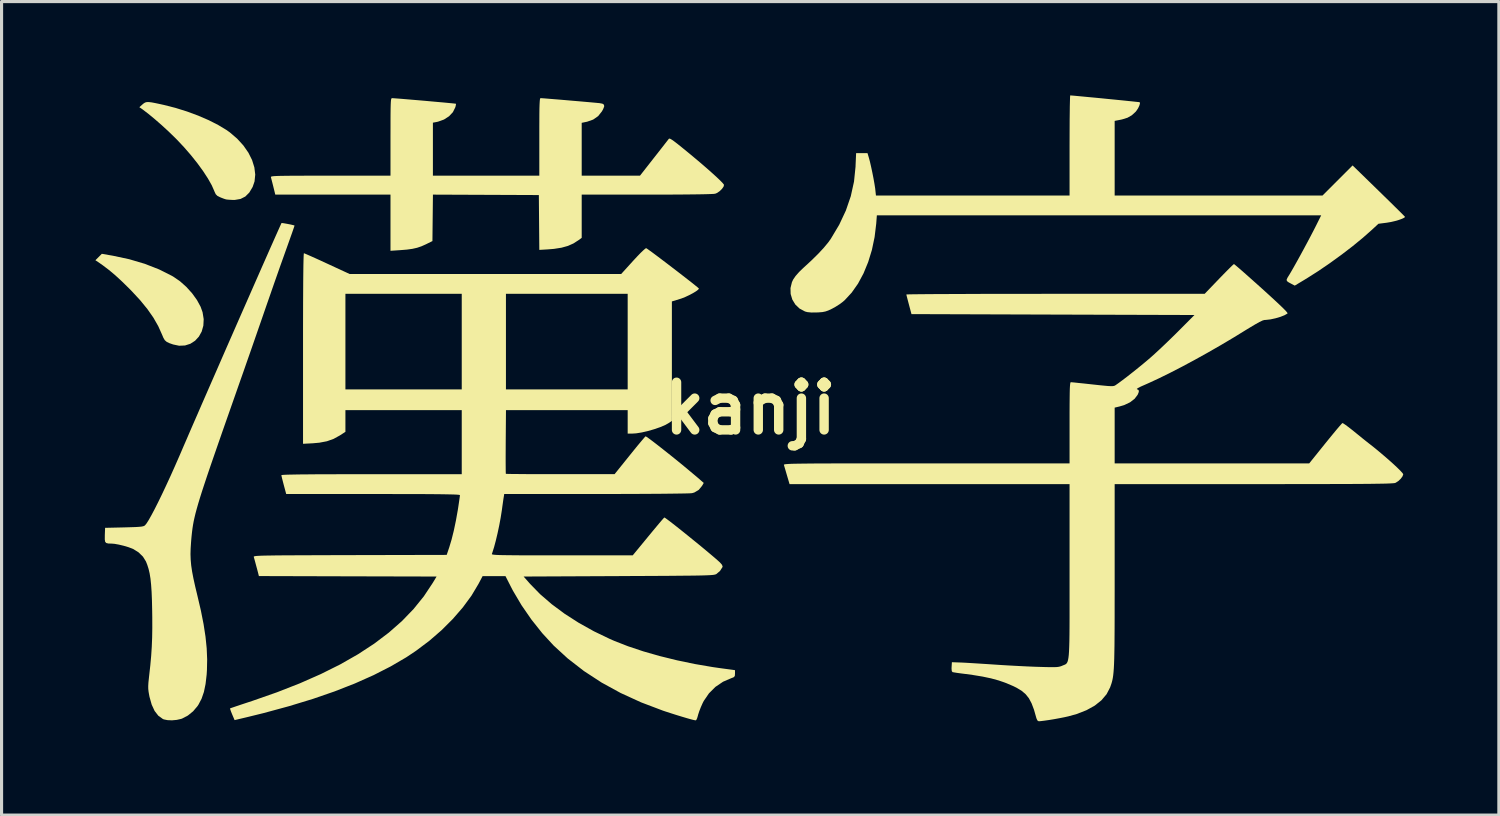
<source format=kicad_pcb>
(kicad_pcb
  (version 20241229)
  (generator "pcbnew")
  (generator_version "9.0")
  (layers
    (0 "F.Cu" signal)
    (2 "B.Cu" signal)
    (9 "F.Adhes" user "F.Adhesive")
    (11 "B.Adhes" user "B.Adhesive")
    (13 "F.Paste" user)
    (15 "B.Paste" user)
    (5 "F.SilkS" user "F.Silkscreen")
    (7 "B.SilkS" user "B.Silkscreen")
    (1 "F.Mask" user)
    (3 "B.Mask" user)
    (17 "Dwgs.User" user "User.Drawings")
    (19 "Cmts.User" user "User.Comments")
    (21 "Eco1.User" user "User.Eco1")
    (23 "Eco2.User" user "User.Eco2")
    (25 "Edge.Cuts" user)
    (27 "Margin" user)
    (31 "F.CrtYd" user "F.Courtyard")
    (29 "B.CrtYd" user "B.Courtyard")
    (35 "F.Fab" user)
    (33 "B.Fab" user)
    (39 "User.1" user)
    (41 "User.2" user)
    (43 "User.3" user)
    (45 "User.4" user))
  (footprint "kanji"
    (layer "F.Cu")
    (at 20.938 10.005)
    (property "Reference" "kanji" (at 0 0 0) (layer "F.SilkS") (effects (font (size 1.524 1.524) (thickness 0.3))))
    (attr board_only exclude_from_pos_files exclude_from_bom)
    (fp_poly (pts (xy -20.377 -4.879) (xy -19.854 -4.767) (xy -19.36 -4.621) (xy -18.902 -4.442) (xy -18.488 -4.234) (xy -18.444 -4.208) (xy -18.231 -4.061) (xy -18.029 -3.881) (xy -17.846 -3.678) (xy -17.691 -3.463) (xy -17.574 -3.247) (xy -17.512 -3.074) (xy -17.476 -2.852) (xy -17.487 -2.643) (xy -17.54 -2.455) (xy -17.63 -2.293) (xy -17.752 -2.161) (xy -17.901 -2.065) (xy -18.073 -2.01) (xy -18.262 -2.002) (xy -18.452 -2.042) (xy -18.578 -2.086) (xy -18.662 -2.128) (xy -18.72 -2.18) (xy -18.764 -2.254) (xy -18.807 -2.356) (xy -18.93 -2.63) (xy -19.085 -2.901) (xy -19.276 -3.174) (xy -19.508 -3.458) (xy -19.786 -3.758) (xy -19.864 -3.837) (xy -20.099 -4.067) (xy -20.31 -4.261) (xy -20.508 -4.426) (xy -20.703 -4.574) (xy -20.797 -4.64) (xy -20.938 -4.735) (xy -20.835 -4.838) (xy -20.732 -4.941)) (stroke (width 0) (type solid)) (fill yes) (layer "F.SilkS"))
    (fp_poly (pts (xy -19.137 -9.781) (xy -19.011 -9.757) (xy -18.842 -9.721) (xy -18.744 -9.699) (xy -18.375 -9.605) (xy -18.008 -9.49) (xy -17.651 -9.358) (xy -17.316 -9.213) (xy -17.013 -9.059) (xy -16.752 -8.902) (xy -16.642 -8.824) (xy -16.406 -8.622) (xy -16.207 -8.404) (xy -16.047 -8.174) (xy -15.929 -7.938) (xy -15.856 -7.703) (xy -15.828 -7.474) (xy -15.85 -7.255) (xy -15.911 -7.078) (xy -16.018 -6.899) (xy -16.145 -6.772) (xy -16.297 -6.695) (xy -16.478 -6.664) (xy -16.541 -6.663) (xy -16.643 -6.668) (xy -16.729 -6.675) (xy -16.765 -6.681) (xy -16.826 -6.7) (xy -16.912 -6.733) (xy -16.955 -6.751) (xy -17.039 -6.794) (xy -17.091 -6.846) (xy -17.13 -6.928) (xy -17.136 -6.945) (xy -17.219 -7.133) (xy -17.341 -7.349) (xy -17.496 -7.587) (xy -17.679 -7.838) (xy -17.885 -8.096) (xy -18.108 -8.353) (xy -18.342 -8.601) (xy -18.391 -8.65) (xy -18.602 -8.855) (xy -18.821 -9.056) (xy -19.037 -9.244) (xy -19.239 -9.411) (xy -19.416 -9.547) (xy -19.461 -9.579) (xy -19.533 -9.628) (xy -19.432 -9.718) (xy -19.388 -9.754) (xy -19.346 -9.778) (xy -19.296 -9.791) (xy -19.229 -9.792)) (stroke (width 0) (type solid)) (fill yes) (layer "F.SilkS"))
    (fp_poly (pts (xy 10.266 -10.002) (xy 10.352 -9.995) (xy 10.479 -9.983) (xy 10.64 -9.968) (xy 10.827 -9.95) (xy 11.032 -9.931) (xy 11.248 -9.91) (xy 11.467 -9.888) (xy 11.681 -9.867) (xy 11.883 -9.847) (xy 12.066 -9.828) (xy 12.222 -9.812) (xy 12.343 -9.799) (xy 12.422 -9.791) (xy 12.45 -9.786) (xy 12.457 -9.747) (xy 12.436 -9.676) (xy 12.396 -9.592) (xy 12.342 -9.511) (xy 12.317 -9.48) (xy 12.196 -9.37) (xy 12.058 -9.291) (xy 11.884 -9.237) (xy 11.827 -9.225) (xy 11.648 -9.19) (xy 11.648 -6.804) (xy 18.293 -6.804) (xy 18.774 -7.285) (xy 19.255 -7.766) (xy 20.093 -6.95) (xy 20.275 -6.772) (xy 20.443 -6.608) (xy 20.593 -6.46) (xy 20.721 -6.334) (xy 20.823 -6.233) (xy 20.893 -6.162) (xy 20.928 -6.125) (xy 20.931 -6.121) (xy 20.905 -6.094) (xy 20.834 -6.06) (xy 20.732 -6.023) (xy 20.61 -5.988) (xy 20.482 -5.958) (xy 20.358 -5.937) (xy 20.355 -5.936) (xy 20.081 -5.901) (xy 19.864 -5.701) (xy 19.581 -5.451) (xy 19.258 -5.186) (xy 18.906 -4.916) (xy 18.539 -4.65) (xy 18.17 -4.397) (xy 17.809 -4.167) (xy 17.712 -4.108) (xy 17.406 -3.924) (xy 17.302 -3.979) (xy 17.207 -4.03) (xy 17.156 -4.069) (xy 17.145 -4.111) (xy 17.17 -4.171) (xy 17.227 -4.264) (xy 17.232 -4.271) (xy 17.291 -4.371) (xy 17.372 -4.512) (xy 17.469 -4.685) (xy 17.577 -4.88) (xy 17.69 -5.088) (xy 17.803 -5.298) (xy 17.911 -5.502) (xy 18.009 -5.69) (xy 18.088 -5.845) (xy 18.25 -6.17) (xy 4.045 -6.17) (xy 4.025 -5.904) (xy 3.973 -5.476) (xy 3.887 -5.065) (xy 3.767 -4.675) (xy 3.618 -4.313) (xy 3.442 -3.986) (xy 3.24 -3.699) (xy 3.017 -3.458) (xy 2.947 -3.398) (xy 2.851 -3.327) (xy 2.728 -3.249) (xy 2.605 -3.181) (xy 2.603 -3.181) (xy 2.493 -3.129) (xy 2.401 -3.097) (xy 2.306 -3.078) (xy 2.183 -3.068) (xy 2.127 -3.066) (xy 1.951 -3.064) (xy 1.822 -3.077) (xy 1.748 -3.097) (xy 1.574 -3.19) (xy 1.438 -3.32) (xy 1.342 -3.479) (xy 1.289 -3.657) (xy 1.284 -3.845) (xy 1.33 -4.033) (xy 1.37 -4.119) (xy 1.446 -4.23) (xy 1.559 -4.359) (xy 1.683 -4.479) (xy 1.949 -4.724) (xy 2.17 -4.941) (xy 2.349 -5.134) (xy 2.492 -5.307) (xy 2.573 -5.42) (xy 2.842 -5.871) (xy 3.055 -6.325) (xy 3.212 -6.783) (xy 3.315 -7.25) (xy 3.364 -7.728) (xy 3.364 -7.748) (xy 3.382 -8.159) (xy 3.746 -8.159) (xy 3.791 -8.008) (xy 3.824 -7.886) (xy 3.861 -7.725) (xy 3.9 -7.542) (xy 3.937 -7.355) (xy 3.968 -7.18) (xy 3.991 -7.035) (xy 3.997 -6.98) (xy 4.016 -6.804) (xy 10.206 -6.804) (xy 10.206 -8.404) (xy 10.207 -8.702) (xy 10.208 -8.982) (xy 10.209 -9.238) (xy 10.212 -9.467) (xy 10.214 -9.661) (xy 10.218 -9.817) (xy 10.221 -9.93) (xy 10.225 -9.993) (xy 10.228 -10.005)) (stroke (width 0) (type solid)) (fill yes) (layer "F.SilkS"))
    (fp_poly (pts (xy -6.664 -9.915) (xy -6.574 -9.909) (xy -6.444 -9.898) (xy -6.283 -9.885) (xy -6.098 -9.87) (xy -5.898 -9.853) (xy -5.693 -9.835) (xy -5.49 -9.818) (xy -5.299 -9.801) (xy -5.127 -9.786) (xy -4.984 -9.773) (xy -4.877 -9.763) (xy -4.822 -9.758) (xy -4.727 -9.74) (xy -4.678 -9.706) (xy -4.672 -9.65) (xy -4.707 -9.562) (xy -4.745 -9.494) (xy -4.865 -9.343) (xy -5.025 -9.232) (xy -5.217 -9.164) (xy -5.222 -9.163) (xy -5.391 -9.128) (xy -5.391 -7.438) (xy -3.528 -7.438) (xy -3.083 -8.006) (xy -2.959 -8.164) (xy -2.846 -8.308) (xy -2.749 -8.433) (xy -2.673 -8.53) (xy -2.623 -8.594) (xy -2.606 -8.616) (xy -2.589 -8.625) (xy -2.559 -8.617) (xy -2.51 -8.589) (xy -2.436 -8.537) (xy -2.334 -8.459) (xy -2.198 -8.35) (xy -2.042 -8.223) (xy -1.816 -8.036) (xy -1.603 -7.857) (xy -1.408 -7.689) (xy -1.235 -7.536) (xy -1.088 -7.403) (xy -0.971 -7.292) (xy -0.89 -7.209) (xy -0.847 -7.156) (xy -0.842 -7.144) (xy -0.856 -7.087) (xy -0.907 -7.015) (xy -0.98 -6.944) (xy -1.062 -6.887) (xy -1.12 -6.863) (xy -1.171 -6.856) (xy -1.279 -6.851) (xy -1.44 -6.846) (xy -1.654 -6.842) (xy -1.918 -6.839) (xy -2.231 -6.836) (xy -2.591 -6.834) (xy -2.995 -6.833) (xy -3.308 -6.833) (xy -5.391 -6.833) (xy -5.391 -5.452) (xy -5.485 -5.382) (xy -5.651 -5.274) (xy -5.832 -5.193) (xy -6.037 -5.136) (xy -6.28 -5.098) (xy -6.465 -5.083) (xy -6.746 -5.066) (xy -6.761 -6.819) (xy -8.454 -6.826) (xy -10.147 -6.833) (xy -10.155 -6.091) (xy -10.163 -5.348) (xy -10.375 -5.243) (xy -10.514 -5.181) (xy -10.652 -5.134) (xy -10.802 -5.1) (xy -10.981 -5.075) (xy -11.203 -5.057) (xy -11.208 -5.057) (xy -11.504 -5.037) (xy -11.504 -6.833) (xy -15.187 -6.833) (xy -15.249 -7.085) (xy -15.279 -7.204) (xy -15.305 -7.305) (xy -15.323 -7.373) (xy -15.327 -7.388) (xy -15.327 -7.398) (xy -15.32 -7.406) (xy -15.3 -7.414) (xy -15.265 -7.42) (xy -15.209 -7.425) (xy -15.129 -7.429) (xy -15.022 -7.432) (xy -14.882 -7.434) (xy -14.705 -7.436) (xy -14.489 -7.437) (xy -14.228 -7.438) (xy -13.919 -7.438) (xy -13.558 -7.438) (xy -13.423 -7.438) (xy -11.504 -7.438) (xy -11.504 -8.678) (xy -11.503 -8.978) (xy -11.503 -9.226) (xy -11.502 -9.426) (xy -11.5 -9.583) (xy -11.497 -9.703) (xy -11.493 -9.791) (xy -11.488 -9.851) (xy -11.481 -9.888) (xy -11.472 -9.908) (xy -11.461 -9.916) (xy -11.453 -9.917) (xy -11.403 -9.914) (xy -11.306 -9.907) (xy -11.171 -9.897) (xy -11.005 -9.883) (xy -10.817 -9.867) (xy -10.614 -9.85) (xy -10.404 -9.832) (xy -10.196 -9.813) (xy -9.996 -9.795) (xy -9.814 -9.779) (xy -9.656 -9.764) (xy -9.531 -9.752) (xy -9.447 -9.743) (xy -9.412 -9.738) (xy -9.411 -9.738) (xy -9.412 -9.706) (xy -9.427 -9.641) (xy -9.434 -9.62) (xy -9.509 -9.469) (xy -9.632 -9.338) (xy -9.793 -9.234) (xy -9.985 -9.165) (xy -10.04 -9.153) (xy -10.148 -9.133) (xy -10.148 -7.438) (xy -6.746 -7.438) (xy -6.746 -8.678) (xy -6.746 -8.982) (xy -6.745 -9.234) (xy -6.744 -9.437) (xy -6.742 -9.597) (xy -6.738 -9.719) (xy -6.733 -9.807) (xy -6.728 -9.866) (xy -6.72 -9.901) (xy -6.711 -9.916) (xy -6.705 -9.918)) (stroke (width 0) (type solid)) (fill yes) (layer "F.SilkS"))
    (fp_poly (pts (xy -14.957 -5.924) (xy -14.889 -5.913) (xy -14.799 -5.897) (xy -14.706 -5.879) (xy -14.627 -5.861) (xy -14.579 -5.848) (xy -14.572 -5.845) (xy -14.58 -5.817) (xy -14.605 -5.742) (xy -14.645 -5.626) (xy -14.698 -5.477) (xy -14.761 -5.3) (xy -14.831 -5.103) (xy -14.852 -5.045) (xy -14.93 -4.826) (xy -15.023 -4.566) (xy -15.125 -4.276) (xy -15.232 -3.971) (xy -15.339 -3.663) (xy -15.443 -3.365) (xy -15.515 -3.157) (xy -15.611 -2.879) (xy -15.722 -2.56) (xy -15.842 -2.214) (xy -15.967 -1.854) (xy -16.093 -1.495) (xy -16.213 -1.15) (xy -16.325 -0.833) (xy -16.339 -0.793) (xy -16.535 -0.234) (xy -16.713 0.273) (xy -16.874 0.732) (xy -17.018 1.146) (xy -17.147 1.518) (xy -17.262 1.851) (xy -17.363 2.148) (xy -17.451 2.413) (xy -17.528 2.648) (xy -17.594 2.857) (xy -17.65 3.042) (xy -17.697 3.207) (xy -17.737 3.355) (xy -17.769 3.489) (xy -17.796 3.611) (xy -17.817 3.726) (xy -17.834 3.836) (xy -17.848 3.945) (xy -17.86 4.054) (xy -17.871 4.169) (xy -17.88 4.28) (xy -17.893 4.478) (xy -17.898 4.661) (xy -17.892 4.837) (xy -17.876 5.018) (xy -17.847 5.214) (xy -17.805 5.434) (xy -17.749 5.689) (xy -17.678 5.984) (xy -17.566 6.463) (xy -17.48 6.898) (xy -17.418 7.299) (xy -17.38 7.671) (xy -17.365 8.024) (xy -17.372 8.365) (xy -17.381 8.511) (xy -17.416 8.812) (xy -17.469 9.067) (xy -17.544 9.284) (xy -17.643 9.473) (xy -17.67 9.514) (xy -17.813 9.684) (xy -17.983 9.822) (xy -18.165 9.917) (xy -18.199 9.929) (xy -18.338 9.96) (xy -18.49 9.974) (xy -18.634 9.968) (xy -18.751 9.944) (xy -18.783 9.93) (xy -18.927 9.826) (xy -19.045 9.674) (xy -19.138 9.473) (xy -19.209 9.221) (xy -19.22 9.164) (xy -19.238 9.06) (xy -19.248 8.97) (xy -19.249 8.878) (xy -19.243 8.769) (xy -19.228 8.626) (xy -19.22 8.551) (xy -19.183 8.22) (xy -19.155 7.916) (xy -19.136 7.625) (xy -19.124 7.332) (xy -19.119 7.02) (xy -19.12 6.675) (xy -19.123 6.466) (xy -19.13 6.143) (xy -19.141 5.87) (xy -19.157 5.64) (xy -19.177 5.446) (xy -19.204 5.279) (xy -19.238 5.133) (xy -19.28 5.001) (xy -19.322 4.895) (xy -19.417 4.742) (xy -19.557 4.605) (xy -19.73 4.497) (xy -19.76 4.484) (xy -19.885 4.437) (xy -20.035 4.393) (xy -20.19 4.356) (xy -20.329 4.331) (xy -20.418 4.324) (xy -20.524 4.321) (xy -20.591 4.305) (xy -20.626 4.266) (xy -20.638 4.192) (xy -20.637 4.072) (xy -20.637 4.054) (xy -20.628 3.82) (xy -20.019 3.806) (xy -19.813 3.8) (xy -19.657 3.795) (xy -19.543 3.788) (xy -19.463 3.78) (xy -19.409 3.769) (xy -19.374 3.755) (xy -19.351 3.738) (xy -19.302 3.678) (xy -19.233 3.569) (xy -19.147 3.416) (xy -19.045 3.224) (xy -18.931 2.998) (xy -18.807 2.743) (xy -18.675 2.463) (xy -18.537 2.164) (xy -18.396 1.849) (xy -18.254 1.525) (xy -18.193 1.384) (xy -18.12 1.213) (xy -18.029 1.004) (xy -17.924 0.76) (xy -17.805 0.486) (xy -17.674 0.186) (xy -17.533 -0.139) (xy -17.383 -0.482) (xy -17.226 -0.842) (xy -17.063 -1.214) (xy -16.897 -1.595) (xy -16.728 -1.982) (xy -16.558 -2.369) (xy -16.389 -2.755) (xy -16.222 -3.135) (xy -16.059 -3.505) (xy -15.902 -3.863) (xy -15.752 -4.204) (xy -15.611 -4.525) (xy -15.48 -4.821) (xy -15.361 -5.091) (xy -15.255 -5.329) (xy -15.165 -5.532) (xy -15.091 -5.697) (xy -15.036 -5.82) (xy -15.001 -5.897) (xy -14.987 -5.925)) (stroke (width 0) (type solid)) (fill yes) (layer "F.SilkS"))
    (fp_poly (pts (xy 15.488 -4.594) (xy 15.552 -4.541) (xy 15.65 -4.457) (xy 15.776 -4.347) (xy 15.926 -4.214) (xy 16.095 -4.063) (xy 16.28 -3.898) (xy 16.348 -3.837) (xy 16.583 -3.624) (xy 16.775 -3.447) (xy 16.928 -3.304) (xy 17.043 -3.193) (xy 17.121 -3.113) (xy 17.165 -3.061) (xy 17.176 -3.035) (xy 17.175 -3.033) (xy 17.08 -2.978) (xy 16.946 -2.925) (xy 16.789 -2.879) (xy 16.628 -2.844) (xy 16.479 -2.827) (xy 16.435 -2.825) (xy 16.378 -2.809) (xy 16.276 -2.76) (xy 16.133 -2.68) (xy 15.951 -2.571) (xy 15.854 -2.512) (xy 15.455 -2.267) (xy 15.043 -2.022) (xy 14.625 -1.782) (xy 14.211 -1.552) (xy 13.807 -1.335) (xy 13.423 -1.137) (xy 13.066 -0.961) (xy 12.745 -0.812) (xy 12.63 -0.761) (xy 12.485 -0.697) (xy 12.393 -0.65) (xy 12.355 -0.621) (xy 12.363 -0.611) (xy 12.414 -0.586) (xy 12.421 -0.529) (xy 12.385 -0.438) (xy 12.286 -0.306) (xy 12.139 -0.193) (xy 11.952 -0.104) (xy 11.799 -0.059) (xy 11.648 -0.023) (xy 11.648 1.759) (xy 17.868 1.759) (xy 18.383 1.119) (xy 18.517 0.954) (xy 18.64 0.804) (xy 18.747 0.675) (xy 18.834 0.573) (xy 18.896 0.503) (xy 18.927 0.471) (xy 18.929 0.47) (xy 18.961 0.484) (xy 19.028 0.529) (xy 19.123 0.599) (xy 19.237 0.688) (xy 19.304 0.742) (xy 19.436 0.849) (xy 19.563 0.952) (xy 19.674 1.041) (xy 19.757 1.107) (xy 19.778 1.123) (xy 19.936 1.247) (xy 20.099 1.381) (xy 20.261 1.518) (xy 20.417 1.653) (xy 20.559 1.78) (xy 20.682 1.895) (xy 20.779 1.991) (xy 20.845 2.063) (xy 20.873 2.105) (xy 20.874 2.109) (xy 20.851 2.173) (xy 20.794 2.251) (xy 20.717 2.324) (xy 20.635 2.377) (xy 20.624 2.382) (xy 20.603 2.388) (xy 20.566 2.393) (xy 20.51 2.397) (xy 20.433 2.401) (xy 20.332 2.405) (xy 20.205 2.408) (xy 20.049 2.41) (xy 19.862 2.413) (xy 19.64 2.415) (xy 19.382 2.417) (xy 19.086 2.418) (xy 18.748 2.419) (xy 18.365 2.42) (xy 17.937 2.421) (xy 17.459 2.421) (xy 16.93 2.422) (xy 16.346 2.422) (xy 16.089 2.422) (xy 11.648 2.422) (xy 11.648 5.344) (xy 11.648 5.842) (xy 11.647 6.285) (xy 11.647 6.678) (xy 11.646 7.024) (xy 11.644 7.326) (xy 11.642 7.589) (xy 11.638 7.815) (xy 11.634 8.009) (xy 11.628 8.173) (xy 11.621 8.312) (xy 11.612 8.429) (xy 11.602 8.528) (xy 11.59 8.611) (xy 11.576 8.684) (xy 11.56 8.748) (xy 11.542 8.808) (xy 11.521 8.868) (xy 11.502 8.922) (xy 11.39 9.138) (xy 11.226 9.332) (xy 11.012 9.503) (xy 10.747 9.65) (xy 10.435 9.772) (xy 10.169 9.846) (xy 10.035 9.876) (xy 9.876 9.907) (xy 9.707 9.938) (xy 9.542 9.965) (xy 9.394 9.986) (xy 9.278 10) (xy 9.22 10.004) (xy 9.179 9.98) (xy 9.145 9.905) (xy 9.139 9.882) (xy 9.068 9.632) (xy 8.992 9.431) (xy 8.906 9.269) (xy 8.802 9.139) (xy 8.674 9.03) (xy 8.515 8.934) (xy 8.404 8.879) (xy 8.176 8.782) (xy 7.945 8.701) (xy 7.698 8.633) (xy 7.424 8.575) (xy 7.112 8.524) (xy 6.876 8.492) (xy 6.733 8.474) (xy 6.609 8.457) (xy 6.516 8.442) (xy 6.467 8.433) (xy 6.464 8.432) (xy 6.44 8.399) (xy 6.433 8.318) (xy 6.435 8.268) (xy 6.444 8.116) (xy 6.703 8.125) (xy 6.802 8.129) (xy 6.947 8.137) (xy 7.129 8.148) (xy 7.337 8.161) (xy 7.559 8.175) (xy 7.784 8.19) (xy 8.039 8.207) (xy 8.314 8.223) (xy 8.593 8.238) (xy 8.858 8.251) (xy 9.094 8.261) (xy 9.226 8.265) (xy 9.433 8.271) (xy 9.59 8.274) (xy 9.708 8.274) (xy 9.795 8.271) (xy 9.859 8.263) (xy 9.91 8.251) (xy 9.956 8.235) (xy 9.978 8.225) (xy 10.015 8.21) (xy 10.048 8.197) (xy 10.077 8.183) (xy 10.102 8.164) (xy 10.123 8.137) (xy 10.142 8.099) (xy 10.157 8.047) (xy 10.17 7.976) (xy 10.181 7.884) (xy 10.189 7.766) (xy 10.195 7.621) (xy 10.2 7.444) (xy 10.203 7.232) (xy 10.205 6.981) (xy 10.206 6.689) (xy 10.206 6.351) (xy 10.206 5.965) (xy 10.206 5.527) (xy 10.206 5.192) (xy 10.206 2.422) (xy 5.73 2.422) (xy 1.254 2.422) (xy 1.171 2.141) (xy 1.135 2.017) (xy 1.103 1.909) (xy 1.081 1.834) (xy 1.074 1.809) (xy 1.074 1.803) (xy 1.081 1.796) (xy 1.096 1.791) (xy 1.122 1.786) (xy 1.162 1.782) (xy 1.219 1.778) (xy 1.294 1.774) (xy 1.392 1.771) (xy 1.514 1.769) (xy 1.663 1.767) (xy 1.842 1.765) (xy 2.053 1.763) (xy 2.299 1.762) (xy 2.582 1.761) (xy 2.906 1.76) (xy 3.272 1.76) (xy 3.684 1.759) (xy 4.143 1.759) (xy 4.654 1.759) (xy 5.217 1.759) (xy 5.633 1.759) (xy 10.206 1.759) (xy 10.206 0.461) (xy 10.206 0.148) (xy 10.207 -0.112) (xy 10.209 -0.324) (xy 10.211 -0.492) (xy 10.214 -0.621) (xy 10.219 -0.715) (xy 10.225 -0.778) (xy 10.232 -0.817) (xy 10.241 -0.834) (xy 10.246 -0.836) (xy 10.285 -0.833) (xy 10.373 -0.825) (xy 10.501 -0.811) (xy 10.66 -0.795) (xy 10.842 -0.775) (xy 10.943 -0.764) (xy 11.155 -0.741) (xy 11.317 -0.725) (xy 11.437 -0.714) (xy 11.524 -0.71) (xy 11.583 -0.711) (xy 11.625 -0.717) (xy 11.655 -0.728) (xy 11.675 -0.74) (xy 11.771 -0.807) (xy 11.902 -0.904) (xy 12.057 -1.022) (xy 12.227 -1.156) (xy 12.402 -1.296) (xy 12.573 -1.436) (xy 12.729 -1.567) (xy 12.793 -1.622) (xy 12.924 -1.739) (xy 13.082 -1.885) (xy 13.258 -2.051) (xy 13.438 -2.225) (xy 13.612 -2.395) (xy 13.68 -2.463) (xy 14.199 -2.984) (xy 9.676 -2.998) (xy 5.152 -3.013) (xy 5.071 -3.316) (xy 5.038 -3.441) (xy 5.011 -3.545) (xy 4.993 -3.616) (xy 4.988 -3.64) (xy 5.017 -3.642) (xy 5.1 -3.645) (xy 5.234 -3.647) (xy 5.417 -3.649) (xy 5.646 -3.651) (xy 5.918 -3.653) (xy 6.229 -3.654) (xy 6.577 -3.656) (xy 6.958 -3.657) (xy 7.371 -3.659) (xy 7.811 -3.66) (xy 8.275 -3.66) (xy 8.761 -3.661) (xy 9.266 -3.661) (xy 9.757 -3.662) (xy 14.526 -3.662) (xy 14.982 -4.137) (xy 15.114 -4.273) (xy 15.233 -4.394) (xy 15.333 -4.494) (xy 15.408 -4.567) (xy 15.453 -4.607) (xy 15.462 -4.613)) (stroke (width 0) (type solid)) (fill yes) (layer "F.SilkS"))
    (fp_poly (pts (xy -3.294 -5.099) (xy -3.221 -5.047) (xy -3.116 -4.971) (xy -2.986 -4.874) (xy -2.836 -4.761) (xy -2.674 -4.638) (xy -2.504 -4.508) (xy -2.334 -4.378) (xy -2.17 -4.251) (xy -2.017 -4.132) (xy -1.882 -4.027) (xy -1.772 -3.939) (xy -1.692 -3.874) (xy -1.649 -3.837) (xy -1.643 -3.83) (xy -1.668 -3.794) (xy -1.735 -3.743) (xy -1.834 -3.683) (xy -1.951 -3.621) (xy -2.077 -3.562) (xy -2.2 -3.513) (xy -2.256 -3.495) (xy -2.508 -3.418) (xy -2.508 0.4) (xy -2.592 0.459) (xy -2.713 0.529) (xy -2.876 0.599) (xy -3.067 0.665) (xy -3.269 0.724) (xy -3.469 0.77) (xy -3.65 0.799) (xy -3.776 0.807) (xy -3.921 0.807) (xy -3.921 0.058) (xy -7.812 0.058) (xy -7.82 1.069) (xy -7.821 1.305) (xy -7.822 1.522) (xy -7.822 1.713) (xy -7.821 1.873) (xy -7.82 1.993) (xy -7.818 2.069) (xy -7.816 2.093) (xy -7.785 2.095) (xy -7.703 2.097) (xy -7.572 2.099) (xy -7.399 2.1) (xy -7.188 2.102) (xy -6.945 2.103) (xy -6.675 2.103) (xy -6.382 2.104) (xy -6.071 2.104) (xy -4.339 2.103) (xy -3.853 1.499) (xy -3.724 1.339) (xy -3.607 1.195) (xy -3.505 1.073) (xy -3.425 0.978) (xy -3.372 0.917) (xy -3.349 0.894) (xy -3.349 0.894) (xy -3.315 0.912) (xy -3.242 0.963) (xy -3.136 1.042) (xy -3.003 1.144) (xy -2.848 1.265) (xy -2.676 1.401) (xy -2.494 1.546) (xy -2.306 1.698) (xy -2.119 1.851) (xy -1.939 2.001) (xy -1.769 2.143) (xy -1.617 2.272) (xy -1.602 2.286) (xy -1.489 2.384) (xy -1.544 2.479) (xy -1.65 2.607) (xy -1.79 2.69) (xy -1.862 2.711) (xy -1.907 2.715) (xy -2.006 2.719) (xy -2.155 2.722) (xy -2.35 2.725) (xy -2.589 2.728) (xy -2.867 2.731) (xy -3.18 2.733) (xy -3.525 2.735) (xy -3.898 2.736) (xy -4.295 2.738) (xy -4.713 2.738) (xy -4.922 2.738) (xy -7.868 2.739) (xy -7.883 2.833) (xy -7.894 2.899) (xy -7.909 3.006) (xy -7.928 3.139) (xy -7.944 3.258) (xy -7.981 3.492) (xy -8.027 3.74) (xy -8.08 3.989) (xy -8.136 4.226) (xy -8.192 4.436) (xy -8.246 4.607) (xy -8.262 4.652) (xy -8.263 4.661) (xy -8.253 4.668) (xy -8.231 4.675) (xy -8.191 4.68) (xy -8.131 4.685) (xy -8.047 4.689) (xy -7.935 4.692) (xy -7.792 4.694) (xy -7.613 4.696) (xy -7.395 4.698) (xy -7.135 4.699) (xy -6.829 4.699) (xy -6.472 4.699) (xy -6.062 4.699) (xy -3.759 4.699) (xy -3.261 4.094) (xy -3.13 3.935) (xy -3.01 3.791) (xy -2.908 3.669) (xy -2.827 3.574) (xy -2.772 3.512) (xy -2.749 3.489) (xy -2.749 3.489) (xy -2.718 3.506) (xy -2.649 3.556) (xy -2.547 3.633) (xy -2.418 3.733) (xy -2.269 3.851) (xy -2.105 3.982) (xy -1.933 4.121) (xy -1.757 4.264) (xy -1.584 4.405) (xy -1.42 4.541) (xy -1.271 4.666) (xy -1.142 4.775) (xy -1.04 4.864) (xy -0.975 4.923) (xy -0.906 5.001) (xy -0.886 5.058) (xy -0.889 5.072) (xy -0.968 5.197) (xy -1.08 5.293) (xy -1.095 5.302) (xy -1.114 5.309) (xy -1.14 5.316) (xy -1.177 5.323) (xy -1.228 5.328) (xy -1.295 5.333) (xy -1.383 5.337) (xy -1.495 5.341) (xy -1.634 5.344) (xy -1.804 5.347) (xy -2.008 5.349) (xy -2.248 5.351) (xy -2.529 5.354) (xy -2.854 5.356) (xy -3.226 5.358) (xy -3.648 5.36) (xy -4.125 5.362) (xy -4.206 5.363) (xy -7.248 5.377) (xy -7.038 5.615) (xy -6.72 5.941) (xy -6.351 6.26) (xy -5.937 6.567) (xy -5.485 6.857) (xy -5.001 7.127) (xy -4.492 7.372) (xy -4.352 7.433) (xy -3.91 7.606) (xy -3.421 7.769) (xy -2.896 7.919) (xy -2.344 8.055) (xy -1.778 8.173) (xy -1.206 8.271) (xy -0.97 8.305) (xy -0.49 8.37) (xy -0.49 8.479) (xy -0.495 8.551) (xy -0.522 8.591) (xy -0.587 8.619) (xy -0.598 8.622) (xy -0.872 8.74) (xy -1.116 8.905) (xy -1.323 9.112) (xy -1.489 9.355) (xy -1.526 9.427) (xy -1.583 9.556) (xy -1.634 9.687) (xy -1.67 9.797) (xy -1.675 9.82) (xy -1.7 9.905) (xy -1.727 9.962) (xy -1.744 9.975) (xy -1.795 9.967) (xy -1.892 9.943) (xy -2.024 9.906) (xy -2.182 9.859) (xy -2.356 9.806) (xy -2.538 9.748) (xy -2.717 9.69) (xy -2.797 9.663) (xy -3.493 9.399) (xy -4.146 9.1) (xy -4.754 8.767) (xy -5.318 8.399) (xy -5.837 7.997) (xy -6.287 7.584) (xy -6.651 7.189) (xy -6.997 6.754) (xy -7.314 6.295) (xy -7.59 5.828) (xy -7.663 5.687) (xy -7.828 5.363) (xy -8.559 5.363) (xy -8.692 5.615) (xy -8.916 5.99) (xy -9.192 6.365) (xy -9.513 6.735) (xy -9.873 7.094) (xy -10.267 7.435) (xy -10.689 7.752) (xy -10.999 7.959) (xy -11.497 8.25) (xy -12.044 8.529) (xy -12.641 8.795) (xy -13.29 9.049) (xy -13.991 9.291) (xy -14.746 9.521) (xy -15.555 9.741) (xy -16.079 9.87) (xy -16.488 9.967) (xy -16.566 9.784) (xy -16.603 9.692) (xy -16.627 9.623) (xy -16.633 9.592) (xy -16.633 9.592) (xy -16.603 9.581) (xy -16.526 9.555) (xy -16.41 9.515) (xy -16.26 9.465) (xy -16.085 9.407) (xy -15.915 9.351) (xy -15.132 9.077) (xy -14.404 8.792) (xy -13.731 8.495) (xy -13.111 8.186) (xy -12.543 7.862) (xy -12.026 7.524) (xy -11.558 7.17) (xy -11.138 6.801) (xy -10.766 6.415) (xy -10.439 6.011) (xy -10.158 5.588) (xy -10.152 5.579) (xy -10.031 5.377) (xy -12.871 5.37) (xy -15.711 5.362) (xy -15.742 5.24) (xy -15.769 5.137) (xy -15.803 5.012) (xy -15.836 4.888) (xy -15.865 4.786) (xy -15.875 4.75) (xy -15.875 4.742) (xy -15.868 4.735) (xy -15.851 4.729) (xy -15.821 4.723) (xy -15.774 4.718) (xy -15.708 4.714) (xy -15.619 4.71) (xy -15.503 4.707) (xy -15.359 4.705) (xy -15.182 4.702) (xy -14.97 4.7) (xy -14.719 4.699) (xy -14.426 4.697) (xy -14.088 4.696) (xy -13.702 4.695) (xy -13.264 4.693) (xy -12.798 4.692) (xy -9.707 4.685) (xy -9.625 4.442) (xy -9.552 4.199) (xy -9.48 3.911) (xy -9.413 3.592) (xy -9.353 3.257) (xy -9.341 3.182) (xy -9.32 3.04) (xy -9.302 2.917) (xy -9.289 2.826) (xy -9.284 2.778) (xy -9.284 2.775) (xy -9.294 2.769) (xy -9.328 2.763) (xy -9.388 2.758) (xy -9.477 2.754) (xy -9.598 2.751) (xy -9.753 2.748) (xy -9.946 2.745) (xy -10.179 2.743) (xy -10.456 2.741) (xy -10.779 2.74) (xy -11.15 2.74) (xy -11.574 2.739) (xy -12.052 2.739) (xy -14.838 2.739) (xy -14.915 2.453) (xy -14.947 2.33) (xy -14.973 2.227) (xy -14.989 2.157) (xy -14.992 2.135) (xy -14.97 2.13) (xy -14.905 2.125) (xy -14.793 2.12) (xy -14.635 2.117) (xy -14.428 2.113) (xy -14.172 2.111) (xy -13.865 2.108) (xy -13.506 2.107) (xy -13.093 2.106) (xy -12.625 2.105) (xy -12.109 2.105) (xy -9.226 2.105) (xy -9.226 0.058) (xy -12.945 0.058) (xy -12.945 0.751) (xy -13.123 0.866) (xy -13.323 0.976) (xy -13.536 1.052) (xy -13.778 1.098) (xy -13.99 1.117) (xy -14.3 1.133) (xy -14.3 -0.605) (xy -12.945 -0.605) (xy -9.226 -0.605) (xy -7.813 -0.605) (xy -3.921 -0.605) (xy -3.921 -3.662) (xy -7.813 -3.662) (xy -7.813 -0.605) (xy -9.226 -0.605) (xy -9.226 -3.662) (xy -12.945 -3.662) (xy -12.945 -0.605) (xy -14.3 -0.605) (xy -14.3 -1.913) (xy -14.3 -2.442) (xy -14.299 -2.924) (xy -14.298 -3.357) (xy -14.296 -3.741) (xy -14.294 -4.075) (xy -14.291 -4.357) (xy -14.288 -4.586) (xy -14.284 -4.762) (xy -14.28 -4.882) (xy -14.275 -4.947) (xy -14.272 -4.959) (xy -14.239 -4.947) (xy -14.162 -4.914) (xy -14.046 -4.863) (xy -13.898 -4.797) (xy -13.727 -4.719) (xy -13.539 -4.632) (xy -13.528 -4.627) (xy -12.812 -4.296) (xy -4.128 -4.296) (xy -3.747 -4.716) (xy -3.617 -4.856) (xy -3.505 -4.972) (xy -3.416 -5.057) (xy -3.355 -5.109) (xy -3.329 -5.121)) (stroke (width 0) (type solid)) (fill yes) (layer "F.SilkS")))
  (gr_rect
    (start -3 -3)
    (end 44.869 23.009)
    (stroke (width 0.1) (type default))
    (fill no)
    (layer "Edge.Cuts")))
</source>
